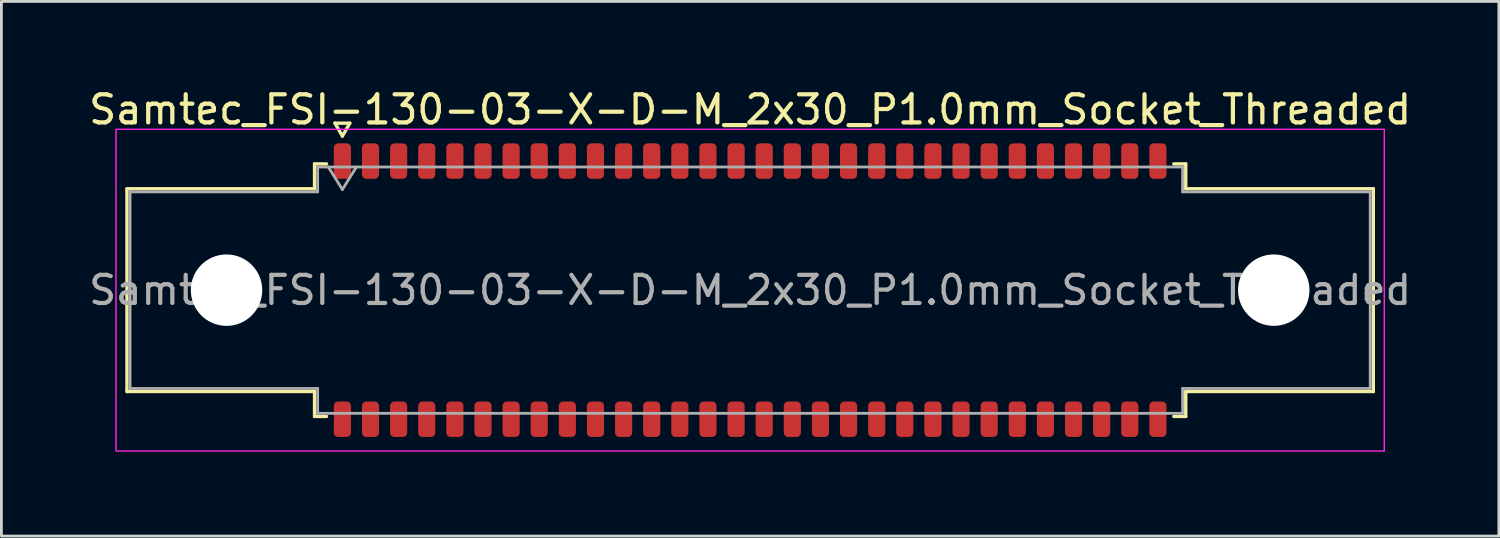
<source format=kicad_pcb>
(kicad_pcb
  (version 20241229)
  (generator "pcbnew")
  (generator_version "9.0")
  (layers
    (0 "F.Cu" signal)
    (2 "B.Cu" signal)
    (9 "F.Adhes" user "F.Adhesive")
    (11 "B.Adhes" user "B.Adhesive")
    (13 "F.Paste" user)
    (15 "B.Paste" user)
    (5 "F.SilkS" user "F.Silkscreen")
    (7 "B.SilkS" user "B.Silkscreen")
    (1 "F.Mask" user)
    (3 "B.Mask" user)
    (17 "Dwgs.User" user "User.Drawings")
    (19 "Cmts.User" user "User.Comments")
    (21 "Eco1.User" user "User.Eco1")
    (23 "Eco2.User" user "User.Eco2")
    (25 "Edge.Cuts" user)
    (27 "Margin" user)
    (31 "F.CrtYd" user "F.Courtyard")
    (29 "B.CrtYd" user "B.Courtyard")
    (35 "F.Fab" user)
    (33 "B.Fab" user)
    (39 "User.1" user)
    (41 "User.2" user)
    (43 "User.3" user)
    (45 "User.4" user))
  (footprint "Samtec_FSI-130-03-X-D-M_2x30_P1.0mm_Socket_Threaded"
    (layer "F.Cu")
    (at 23.625 7.268)
    (property "Reference" "Samtec_FSI-130-03-X-D-M_2x30_P1.0mm_Socket_Threaded" (at 0 -6.42 0) (layer "F.SilkS") (effects (font (size 1 1) (thickness 0.15))))
    (attr smd)
    (fp_line (start -22.16 -3.605) (end -15.49 -3.605) (stroke (width 0.12) (type solid)) (layer "F.SilkS"))
    (fp_line (start -22.16 3.605) (end -22.16 -3.605) (stroke (width 0.12) (type solid)) (layer "F.SilkS"))
    (fp_line (start -15.49 -4.49) (end -15.065 -4.49) (stroke (width 0.12) (type solid)) (layer "F.SilkS"))
    (fp_line (start -15.49 -3.605) (end -15.49 -4.49) (stroke (width 0.12) (type solid)) (layer "F.SilkS"))
    (fp_line (start -15.49 3.605) (end -22.16 3.605) (stroke (width 0.12) (type solid)) (layer "F.SilkS"))
    (fp_line (start -15.49 4.49) (end -15.49 3.605) (stroke (width 0.12) (type solid)) (layer "F.SilkS"))
    (fp_line (start -15.065 4.49) (end -15.49 4.49) (stroke (width 0.12) (type solid)) (layer "F.SilkS"))
    (fp_line (start -14.764 -5.938) (end -14.5 -5.48) (stroke (width 0.12) (type solid)) (layer "F.SilkS"))
    (fp_line (start -14.5 -5.48) (end -14.236 -5.938) (stroke (width 0.12) (type solid)) (layer "F.SilkS"))
    (fp_line (start -14.236 -5.938) (end -14.764 -5.938) (stroke (width 0.12) (type solid)) (layer "F.SilkS"))
    (fp_line (start 15.065 -4.49) (end 15.49 -4.49) (stroke (width 0.12) (type solid)) (layer "F.SilkS"))
    (fp_line (start 15.49 -4.49) (end 15.49 -3.605) (stroke (width 0.12) (type solid)) (layer "F.SilkS"))
    (fp_line (start 15.49 -3.605) (end 22.16 -3.605) (stroke (width 0.12) (type solid)) (layer "F.SilkS"))
    (fp_line (start 15.49 3.605) (end 15.49 4.49) (stroke (width 0.12) (type solid)) (layer "F.SilkS"))
    (fp_line (start 15.49 4.49) (end 15.065 4.49) (stroke (width 0.12) (type solid)) (layer "F.SilkS"))
    (fp_line (start 22.16 -3.605) (end 22.16 3.605) (stroke (width 0.12) (type solid)) (layer "F.SilkS"))
    (fp_line (start 22.16 3.605) (end 15.49 3.605) (stroke (width 0.12) (type solid)) (layer "F.SilkS"))
    (fp_rect (start -22.55 -5.72) (end 22.55 5.72) (stroke (width 0.05) (type solid)) (fill no) (layer "F.CrtYd"))
    (fp_line (start -22.05 -3.495) (end -15.38 -3.495) (stroke (width 0.1) (type solid)) (layer "F.Fab"))
    (fp_line (start -22.05 3.495) (end -22.05 -3.495) (stroke (width 0.1) (type solid)) (layer "F.Fab"))
    (fp_line (start -15.38 -4.38) (end 15.38 -4.38) (stroke (width 0.1) (type solid)) (layer "F.Fab"))
    (fp_line (start -15.38 -3.495) (end -15.38 -4.38) (stroke (width 0.1) (type solid)) (layer "F.Fab"))
    (fp_line (start -15.38 3.495) (end -22.05 3.495) (stroke (width 0.1) (type solid)) (layer "F.Fab"))
    (fp_line (start -15.38 4.38) (end -15.38 3.495) (stroke (width 0.1) (type solid)) (layer "F.Fab"))
    (fp_line (start -15 -4.38) (end -14.5 -3.58) (stroke (width 0.1) (type solid)) (layer "F.Fab"))
    (fp_line (start -14.5 -3.58) (end -14 -4.38) (stroke (width 0.1) (type solid)) (layer "F.Fab"))
    (fp_line (start 15.38 -4.38) (end 15.38 -3.495) (stroke (width 0.1) (type solid)) (layer "F.Fab"))
    (fp_line (start 15.38 -3.495) (end 22.05 -3.495) (stroke (width 0.1) (type solid)) (layer "F.Fab"))
    (fp_line (start 15.38 3.495) (end 15.38 4.38) (stroke (width 0.1) (type solid)) (layer "F.Fab"))
    (fp_line (start 15.38 4.38) (end -15.38 4.38) (stroke (width 0.1) (type solid)) (layer "F.Fab"))
    (fp_line (start 22.05 -3.495) (end 22.05 3.495) (stroke (width 0.1) (type solid)) (layer "F.Fab"))
    (fp_line (start 22.05 3.495) (end 15.38 3.495) (stroke (width 0.1) (type solid)) (layer "F.Fab"))
    (fp_text user "${REFERENCE}" (at 0 0 0) (layer "F.Fab") (effects (font (size 1 1) (thickness 0.15))))
    (pad "" np_thru_hole circle (at -18.62 0) (size 2.54 2.54) (drill 2.54) (layers "*.Cu" "*.Mask"))
    (pad "" np_thru_hole circle (at 18.62 0) (size 2.54 2.54) (drill 2.54) (layers "*.Cu" "*.Mask"))
    (pad "1" smd roundrect (at -14.5 -4.59) (size 0.61 1.26) (layers "F.Cu" "F.Mask" "F.Paste") (roundrect_rratio 0.25))
    (pad "2" smd roundrect (at -14.5 4.59) (size 0.61 1.26) (layers "F.Cu" "F.Mask" "F.Paste") (roundrect_rratio 0.25))
    (pad "3" smd roundrect (at -13.5 -4.59) (size 0.61 1.26) (layers "F.Cu" "F.Mask" "F.Paste") (roundrect_rratio 0.25))
    (pad "4" smd roundrect (at -13.5 4.59) (size 0.61 1.26) (layers "F.Cu" "F.Mask" "F.Paste") (roundrect_rratio 0.25))
    (pad "5" smd roundrect (at -12.5 -4.59) (size 0.61 1.26) (layers "F.Cu" "F.Mask" "F.Paste") (roundrect_rratio 0.25))
    (pad "6" smd roundrect (at -12.5 4.59) (size 0.61 1.26) (layers "F.Cu" "F.Mask" "F.Paste") (roundrect_rratio 0.25))
    (pad "7" smd roundrect (at -11.5 -4.59) (size 0.61 1.26) (layers "F.Cu" "F.Mask" "F.Paste") (roundrect_rratio 0.25))
    (pad "8" smd roundrect (at -11.5 4.59) (size 0.61 1.26) (layers "F.Cu" "F.Mask" "F.Paste") (roundrect_rratio 0.25))
    (pad "9" smd roundrect (at -10.5 -4.59) (size 0.61 1.26) (layers "F.Cu" "F.Mask" "F.Paste") (roundrect_rratio 0.25))
    (pad "10" smd roundrect (at -10.5 4.59) (size 0.61 1.26) (layers "F.Cu" "F.Mask" "F.Paste") (roundrect_rratio 0.25))
    (pad "11" smd roundrect (at -9.5 -4.59) (size 0.61 1.26) (layers "F.Cu" "F.Mask" "F.Paste") (roundrect_rratio 0.25))
    (pad "12" smd roundrect (at -9.5 4.59) (size 0.61 1.26) (layers "F.Cu" "F.Mask" "F.Paste") (roundrect_rratio 0.25))
    (pad "13" smd roundrect (at -8.5 -4.59) (size 0.61 1.26) (layers "F.Cu" "F.Mask" "F.Paste") (roundrect_rratio 0.25))
    (pad "14" smd roundrect (at -8.5 4.59) (size 0.61 1.26) (layers "F.Cu" "F.Mask" "F.Paste") (roundrect_rratio 0.25))
    (pad "15" smd roundrect (at -7.5 -4.59) (size 0.61 1.26) (layers "F.Cu" "F.Mask" "F.Paste") (roundrect_rratio 0.25))
    (pad "16" smd roundrect (at -7.5 4.59) (size 0.61 1.26) (layers "F.Cu" "F.Mask" "F.Paste") (roundrect_rratio 0.25))
    (pad "17" smd roundrect (at -6.5 -4.59) (size 0.61 1.26) (layers "F.Cu" "F.Mask" "F.Paste") (roundrect_rratio 0.25))
    (pad "18" smd roundrect (at -6.5 4.59) (size 0.61 1.26) (layers "F.Cu" "F.Mask" "F.Paste") (roundrect_rratio 0.25))
    (pad "19" smd roundrect (at -5.5 -4.59) (size 0.61 1.26) (layers "F.Cu" "F.Mask" "F.Paste") (roundrect_rratio 0.25))
    (pad "20" smd roundrect (at -5.5 4.59) (size 0.61 1.26) (layers "F.Cu" "F.Mask" "F.Paste") (roundrect_rratio 0.25))
    (pad "21" smd roundrect (at -4.5 -4.59) (size 0.61 1.26) (layers "F.Cu" "F.Mask" "F.Paste") (roundrect_rratio 0.25))
    (pad "22" smd roundrect (at -4.5 4.59) (size 0.61 1.26) (layers "F.Cu" "F.Mask" "F.Paste") (roundrect_rratio 0.25))
    (pad "23" smd roundrect (at -3.5 -4.59) (size 0.61 1.26) (layers "F.Cu" "F.Mask" "F.Paste") (roundrect_rratio 0.25))
    (pad "24" smd roundrect (at -3.5 4.59) (size 0.61 1.26) (layers "F.Cu" "F.Mask" "F.Paste") (roundrect_rratio 0.25))
    (pad "25" smd roundrect (at -2.5 -4.59) (size 0.61 1.26) (layers "F.Cu" "F.Mask" "F.Paste") (roundrect_rratio 0.25))
    (pad "26" smd roundrect (at -2.5 4.59) (size 0.61 1.26) (layers "F.Cu" "F.Mask" "F.Paste") (roundrect_rratio 0.25))
    (pad "27" smd roundrect (at -1.5 -4.59) (size 0.61 1.26) (layers "F.Cu" "F.Mask" "F.Paste") (roundrect_rratio 0.25))
    (pad "28" smd roundrect (at -1.5 4.59) (size 0.61 1.26) (layers "F.Cu" "F.Mask" "F.Paste") (roundrect_rratio 0.25))
    (pad "29" smd roundrect (at -0.5 -4.59) (size 0.61 1.26) (layers "F.Cu" "F.Mask" "F.Paste") (roundrect_rratio 0.25))
    (pad "30" smd roundrect (at -0.5 4.59) (size 0.61 1.26) (layers "F.Cu" "F.Mask" "F.Paste") (roundrect_rratio 0.25))
    (pad "31" smd roundrect (at 0.5 -4.59) (size 0.61 1.26) (layers "F.Cu" "F.Mask" "F.Paste") (roundrect_rratio 0.25))
    (pad "32" smd roundrect (at 0.5 4.59) (size 0.61 1.26) (layers "F.Cu" "F.Mask" "F.Paste") (roundrect_rratio 0.25))
    (pad "33" smd roundrect (at 1.5 -4.59) (size 0.61 1.26) (layers "F.Cu" "F.Mask" "F.Paste") (roundrect_rratio 0.25))
    (pad "34" smd roundrect (at 1.5 4.59) (size 0.61 1.26) (layers "F.Cu" "F.Mask" "F.Paste") (roundrect_rratio 0.25))
    (pad "35" smd roundrect (at 2.5 -4.59) (size 0.61 1.26) (layers "F.Cu" "F.Mask" "F.Paste") (roundrect_rratio 0.25))
    (pad "36" smd roundrect (at 2.5 4.59) (size 0.61 1.26) (layers "F.Cu" "F.Mask" "F.Paste") (roundrect_rratio 0.25))
    (pad "37" smd roundrect (at 3.5 -4.59) (size 0.61 1.26) (layers "F.Cu" "F.Mask" "F.Paste") (roundrect_rratio 0.25))
    (pad "38" smd roundrect (at 3.5 4.59) (size 0.61 1.26) (layers "F.Cu" "F.Mask" "F.Paste") (roundrect_rratio 0.25))
    (pad "39" smd roundrect (at 4.5 -4.59) (size 0.61 1.26) (layers "F.Cu" "F.Mask" "F.Paste") (roundrect_rratio 0.25))
    (pad "40" smd roundrect (at 4.5 4.59) (size 0.61 1.26) (layers "F.Cu" "F.Mask" "F.Paste") (roundrect_rratio 0.25))
    (pad "41" smd roundrect (at 5.5 -4.59) (size 0.61 1.26) (layers "F.Cu" "F.Mask" "F.Paste") (roundrect_rratio 0.25))
    (pad "42" smd roundrect (at 5.5 4.59) (size 0.61 1.26) (layers "F.Cu" "F.Mask" "F.Paste") (roundrect_rratio 0.25))
    (pad "43" smd roundrect (at 6.5 -4.59) (size 0.61 1.26) (layers "F.Cu" "F.Mask" "F.Paste") (roundrect_rratio 0.25))
    (pad "44" smd roundrect (at 6.5 4.59) (size 0.61 1.26) (layers "F.Cu" "F.Mask" "F.Paste") (roundrect_rratio 0.25))
    (pad "45" smd roundrect (at 7.5 -4.59) (size 0.61 1.26) (layers "F.Cu" "F.Mask" "F.Paste") (roundrect_rratio 0.25))
    (pad "46" smd roundrect (at 7.5 4.59) (size 0.61 1.26) (layers "F.Cu" "F.Mask" "F.Paste") (roundrect_rratio 0.25))
    (pad "47" smd roundrect (at 8.5 -4.59) (size 0.61 1.26) (layers "F.Cu" "F.Mask" "F.Paste") (roundrect_rratio 0.25))
    (pad "48" smd roundrect (at 8.5 4.59) (size 0.61 1.26) (layers "F.Cu" "F.Mask" "F.Paste") (roundrect_rratio 0.25))
    (pad "49" smd roundrect (at 9.5 -4.59) (size 0.61 1.26) (layers "F.Cu" "F.Mask" "F.Paste") (roundrect_rratio 0.25))
    (pad "50" smd roundrect (at 9.5 4.59) (size 0.61 1.26) (layers "F.Cu" "F.Mask" "F.Paste") (roundrect_rratio 0.25))
    (pad "51" smd roundrect (at 10.5 -4.59) (size 0.61 1.26) (layers "F.Cu" "F.Mask" "F.Paste") (roundrect_rratio 0.25))
    (pad "52" smd roundrect (at 10.5 4.59) (size 0.61 1.26) (layers "F.Cu" "F.Mask" "F.Paste") (roundrect_rratio 0.25))
    (pad "53" smd roundrect (at 11.5 -4.59) (size 0.61 1.26) (layers "F.Cu" "F.Mask" "F.Paste") (roundrect_rratio 0.25))
    (pad "54" smd roundrect (at 11.5 4.59) (size 0.61 1.26) (layers "F.Cu" "F.Mask" "F.Paste") (roundrect_rratio 0.25))
    (pad "55" smd roundrect (at 12.5 -4.59) (size 0.61 1.26) (layers "F.Cu" "F.Mask" "F.Paste") (roundrect_rratio 0.25))
    (pad "56" smd roundrect (at 12.5 4.59) (size 0.61 1.26) (layers "F.Cu" "F.Mask" "F.Paste") (roundrect_rratio 0.25))
    (pad "57" smd roundrect (at 13.5 -4.59) (size 0.61 1.26) (layers "F.Cu" "F.Mask" "F.Paste") (roundrect_rratio 0.25))
    (pad "58" smd roundrect (at 13.5 4.59) (size 0.61 1.26) (layers "F.Cu" "F.Mask" "F.Paste") (roundrect_rratio 0.25))
    (pad "59" smd roundrect (at 14.5 -4.59) (size 0.61 1.26) (layers "F.Cu" "F.Mask" "F.Paste") (roundrect_rratio 0.25))
    (pad "60" smd roundrect (at 14.5 4.59) (size 0.61 1.26) (layers "F.Cu" "F.Mask" "F.Paste") (roundrect_rratio 0.25)))
  (gr_rect
    (start -3 -3)
    (end 50.25 16.013)
    (stroke (width 0.1) (type default))
    (fill no)
    (layer "Edge.Cuts")))
</source>
